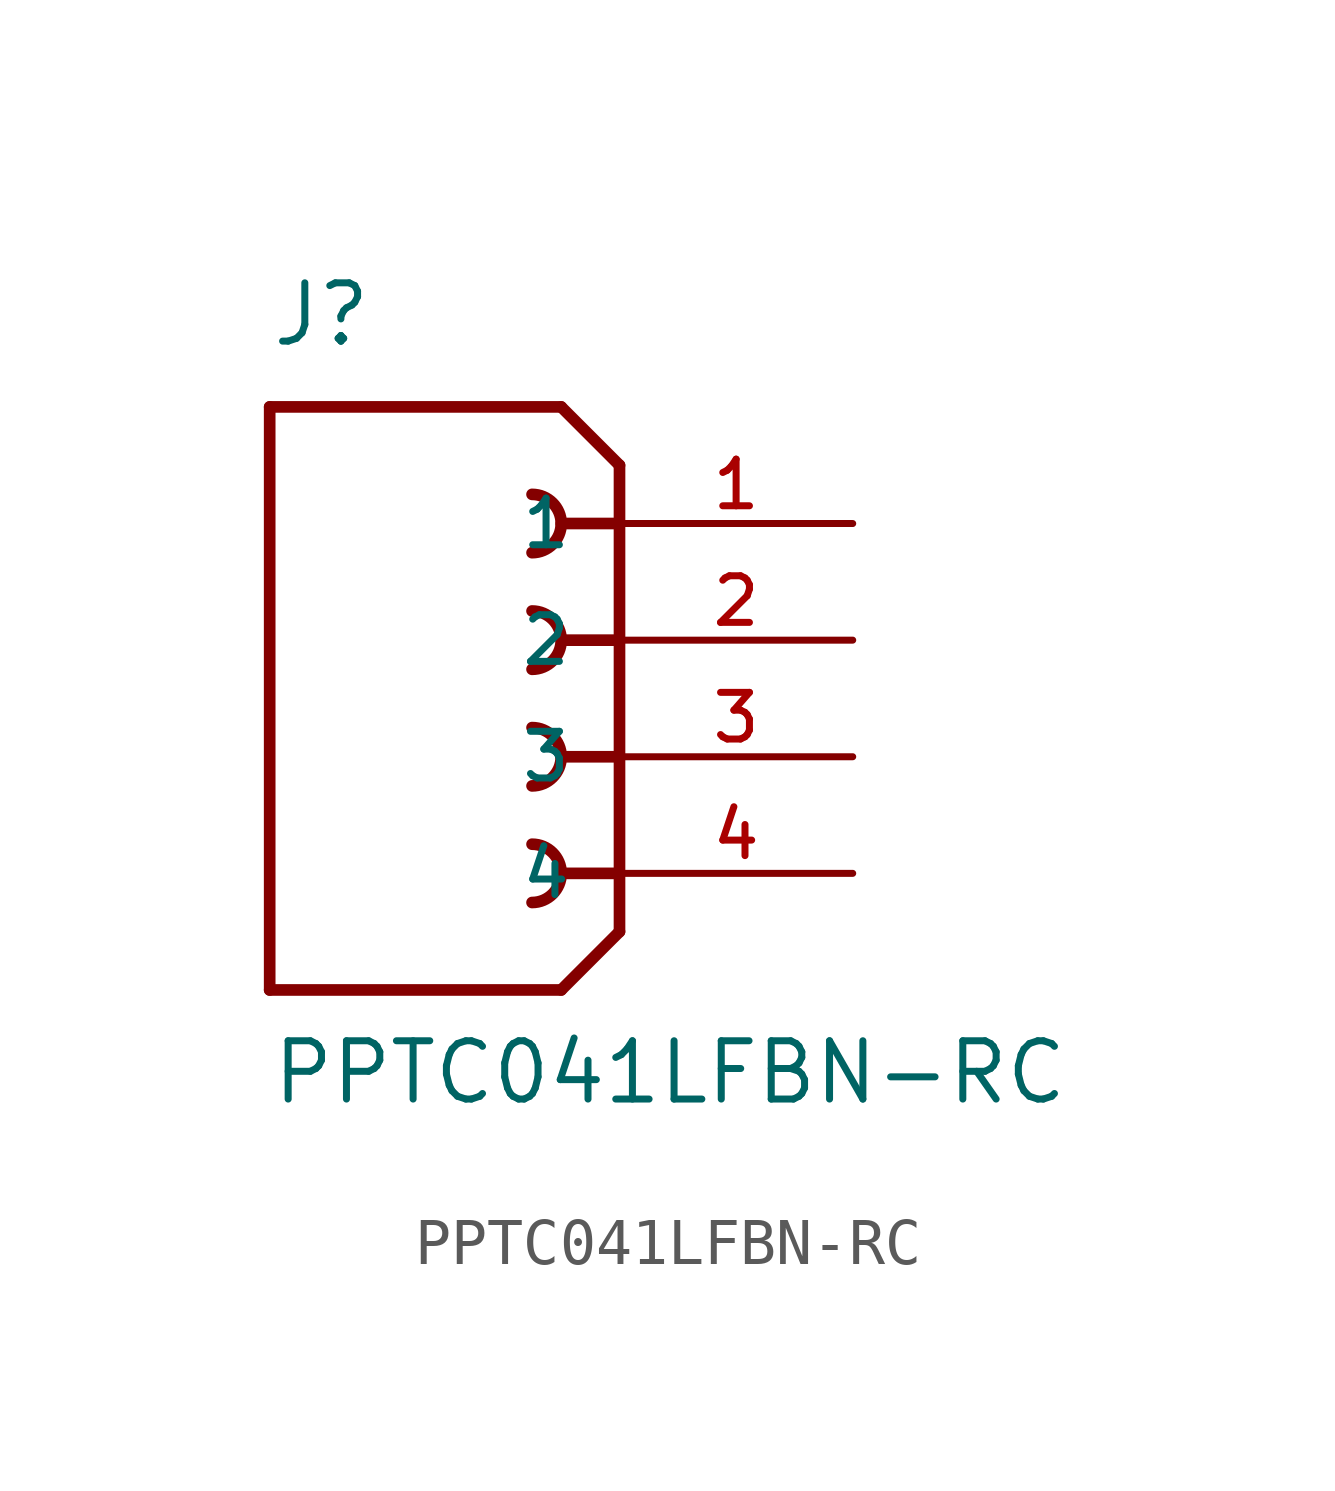
<source format=kicad_sym>
(kicad_symbol_lib
  (version 20211014)
  (generator kicad_symbol_editor)
  (symbol "PPTC041LFBN-RC"
    (pin_names
      (offset 1.016))
    (property "Reference" "J"
      (at -7.62 6.35 0)
      (effects (font (size 1.27 1.27)) (justify bottom left)))
    (property "Value" "PPTC041LFBN-RC"
      (at -7.62 -10.16 0)
      (effects (font (size 1.27 1.27)) (justify bottom left)))
    (symbol "PPTC041LFBN-RC_0_0"
      (polyline (pts (xy 0.0 3.81) (xy -1.27 5.08)) (stroke (width 0.254)))
      (polyline (pts (xy 0.0 3.81) (xy 0.0 2.54)) (stroke (width 0.254)))
      (polyline (pts (xy 0.0 2.54) (xy 0.0 -6.35)) (stroke (width 0.254)))
      (polyline (pts (xy 0.0 -6.35) (xy -1.27 -7.62)) (stroke (width 0.254)))
      (polyline (pts (xy -1.27 -7.62) (xy -7.62 -7.62)) (stroke (width 0.254)))
      (polyline (pts (xy -7.62 -7.62) (xy -7.62 5.08)) (stroke (width 0.254)))
      (polyline (pts (xy -7.62 5.08) (xy -1.27 5.08)) (stroke (width 0.254)))
      (polyline (pts (xy 0.0 2.54) (xy -1.27 2.54)) (stroke (width 0.254)))
      (arc (start -1.905 1.905) (mid -1.27 2.54) (end -1.905 3.175) (stroke (width 0.254) (type default) (color 0 0 0 0)) (fill (type none)))
      (polyline (pts (xy 0.0 0.0) (xy -1.27 0.0)) (stroke (width 0.254)))
      (arc (start -1.905 -0.635) (mid -1.27 0.0) (end -1.905 0.635) (stroke (width 0.254) (type default) (color 0 0 0 0)) (fill (type none)))
      (polyline (pts (xy 0.0 -2.54) (xy -1.27 -2.54)) (stroke (width 0.254)))
      (arc (start -1.905 -3.175) (mid -1.27 -2.54) (end -1.905 -1.905) (stroke (width 0.254) (type default) (color 0 0 0 0)) (fill (type none)))
      (polyline (pts (xy 0.0 -5.08) (xy -1.27 -5.08)) (stroke (width 0.254)))
      (arc (start -1.905 -5.715) (mid -1.27 -5.08) (end -1.905 -4.445) (stroke (width 0.254) (type default) (color 0 0 0 0)) (fill (type none)))
      (pin passive line (at 5.08 2.54 180.0) (length 5.08) (name "1" (effects (font (size 1.016 1.016)))) (number "1" (effects (font (size 1.016 1.016)))))
      (pin passive line (at 5.08 0.0 180.0) (length 5.08) (name "2" (effects (font (size 1.016 1.016)))) (number "2" (effects (font (size 1.016 1.016)))))
      (pin passive line (at 5.08 -2.54 180.0) (length 5.08) (name "3" (effects (font (size 1.016 1.016)))) (number "3" (effects (font (size 1.016 1.016)))))
      (pin passive line (at 5.08 -5.08 180.0) (length 5.08) (name "4" (effects (font (size 1.016 1.016)))) (number "4" (effects (font (size 1.016 1.016))))))))
</source>
